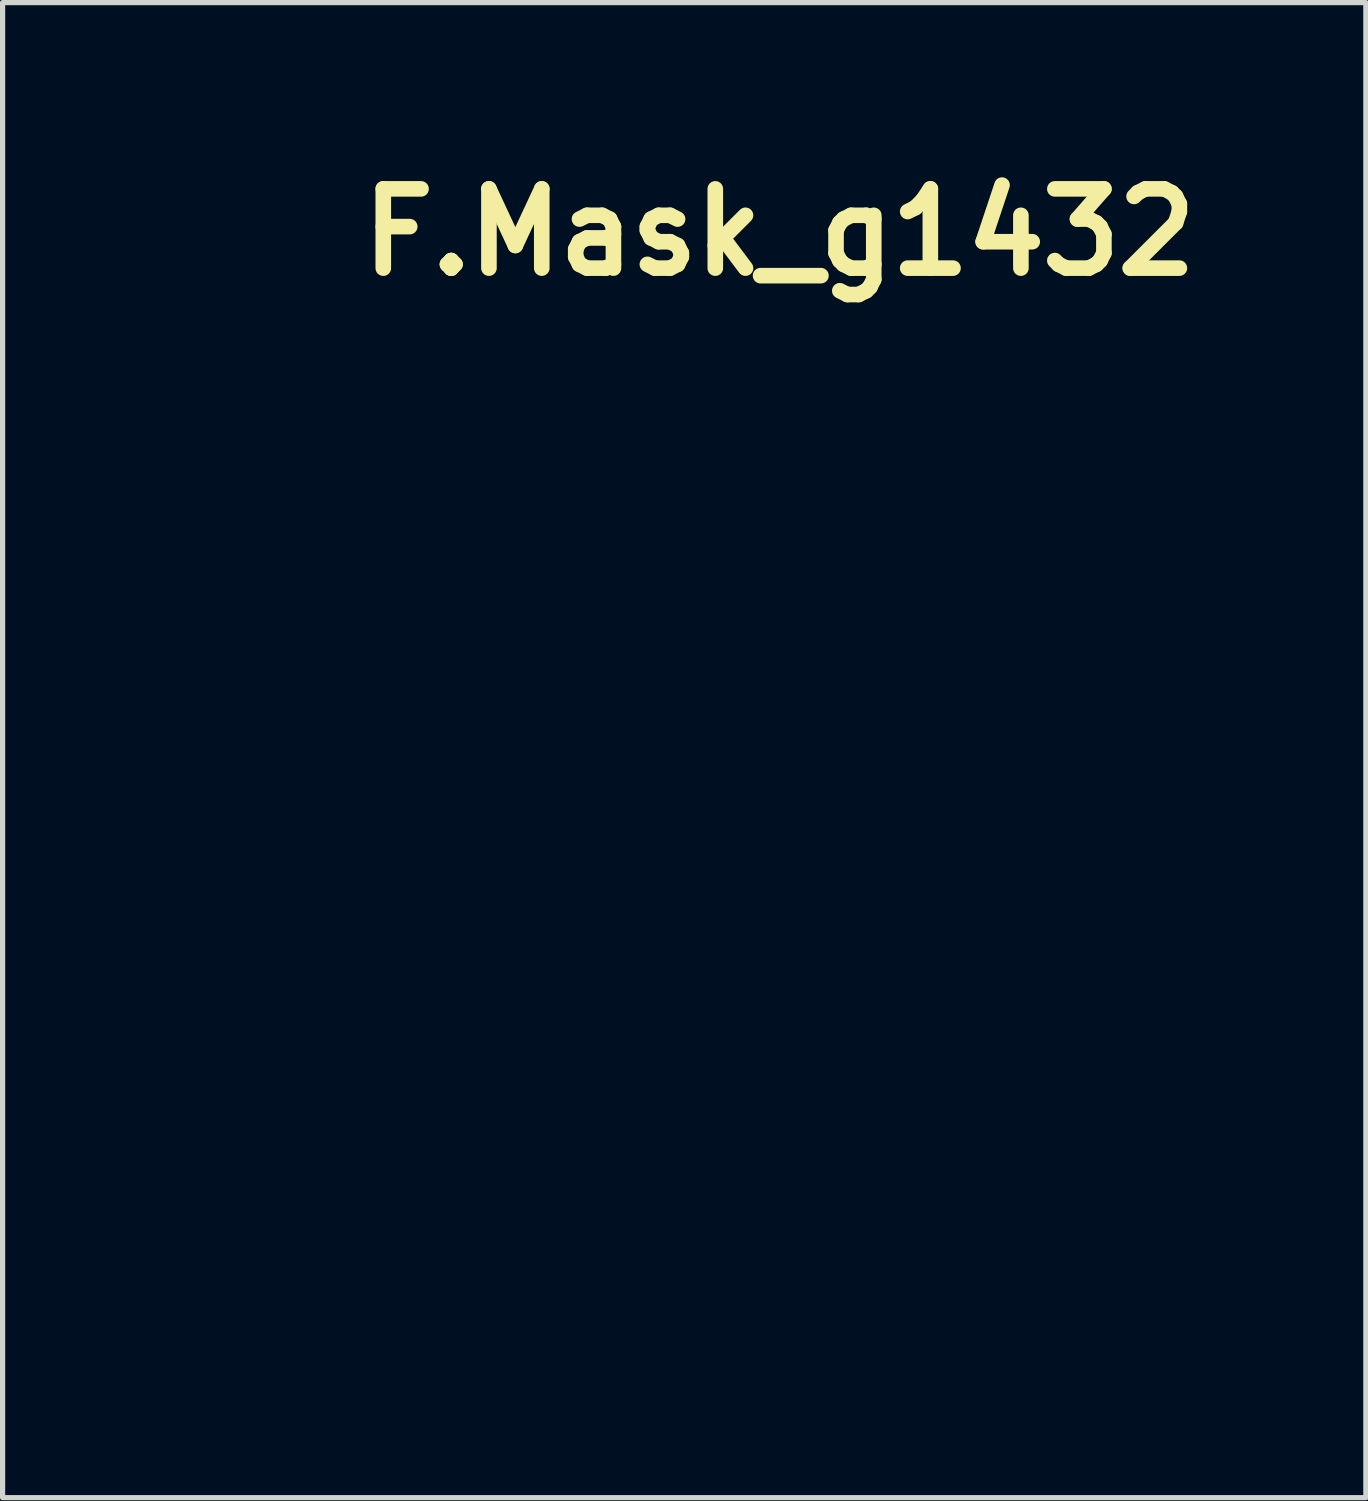
<source format=kicad_pcb>
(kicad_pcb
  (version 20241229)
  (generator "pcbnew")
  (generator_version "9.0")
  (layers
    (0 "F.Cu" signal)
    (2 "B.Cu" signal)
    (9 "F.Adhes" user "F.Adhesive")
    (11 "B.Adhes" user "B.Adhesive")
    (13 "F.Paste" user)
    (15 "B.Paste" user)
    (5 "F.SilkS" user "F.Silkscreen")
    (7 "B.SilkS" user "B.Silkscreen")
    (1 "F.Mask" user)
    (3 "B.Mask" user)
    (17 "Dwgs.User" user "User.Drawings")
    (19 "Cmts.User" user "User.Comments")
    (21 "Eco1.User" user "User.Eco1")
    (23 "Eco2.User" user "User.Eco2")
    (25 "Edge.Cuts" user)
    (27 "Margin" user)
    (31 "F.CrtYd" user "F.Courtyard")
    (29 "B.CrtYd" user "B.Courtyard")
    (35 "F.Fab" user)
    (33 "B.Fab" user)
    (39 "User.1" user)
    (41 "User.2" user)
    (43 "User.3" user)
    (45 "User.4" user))
  (footprint "F.Mask_g1432"
    (layer "F.Cu")
    (at 11.943 1.418)
    (property "Reference" "F.Mask_g1432" (at 0 0 0) (layer "F.SilkS") (effects (font (size 1.524 1.524) (thickness 0.3))))
    (attr through_hole)
    (fp_poly (pts (xy -8.657 21.336) (xy -8.911 21.336) (xy -8.911 21.082) (xy -8.657 21.082) (xy -8.657 21.336)) (stroke (width 0.01) (type solid)) (fill yes) (layer "F.Mask"))
    (fp_poly (pts (xy -5.546 19.939) (xy -6.244 19.939) (xy -6.244 19.886) (xy -6.251 19.848) (xy -6.28 19.834) (xy -6.308 19.833) (xy -6.371 19.833) (xy -6.371 19.346) (xy -6.117 19.346) (xy -6.117 19.812) (xy -5.801 19.812) (xy -5.795 19.584) (xy -5.789 19.357) (xy -5.667 19.351) (xy -5.546 19.344) (xy -5.546 19.939)) (stroke (width 0.01) (type solid)) (fill yes) (layer "F.Mask"))
    (fp_poly (pts (xy -9.483 21.188) (xy -9.25 21.188) (xy -9.25 21.336) (xy -9.972 21.336) (xy -9.966 21.267) (xy -9.959 21.227) (xy -9.943 21.206) (xy -9.906 21.196) (xy -9.848 21.192) (xy -9.737 21.186) (xy -9.737 20.743) (xy -9.79 20.743) (xy -9.827 20.736) (xy -9.841 20.707) (xy -9.842 20.68) (xy -9.837 20.634) (xy -9.813 20.618) (xy -9.791 20.616) (xy -9.751 20.607) (xy -9.734 20.57) (xy -9.733 20.558) (xy -9.726 20.525) (xy -9.708 20.507) (xy -9.669 20.498) (xy -9.604 20.494) (xy -9.483 20.487) (xy -9.483 21.188)) (stroke (width 0.01) (type solid)) (fill yes) (layer "F.Mask"))
    (fp_poly (pts (xy -9.483 19.346) (xy -9.366 19.346) (xy -9.3 19.347) (xy -9.265 19.354) (xy -9.252 19.373) (xy -9.25 19.409) (xy -9.25 19.41) (xy -9.252 19.446) (xy -9.265 19.465) (xy -9.299 19.472) (xy -9.364 19.473) (xy -9.483 19.473) (xy -9.483 19.939) (xy -9.737 19.939) (xy -9.737 19.473) (xy -9.853 19.473) (xy -9.92 19.472) (xy -9.954 19.465) (xy -9.967 19.447) (xy -9.97 19.411) (xy -9.97 19.41) (xy -9.968 19.374) (xy -9.955 19.355) (xy -9.921 19.347) (xy -9.855 19.346) (xy -9.737 19.346) (xy -9.737 19.113) (xy -9.483 19.113) (xy -9.483 19.346)) (stroke (width 0.01) (type solid)) (fill yes) (layer "F.Mask"))
    (fp_poly (pts (xy -2.053 19.346) (xy -1.937 19.346) (xy -1.87 19.347) (xy -1.836 19.354) (xy -1.822 19.373) (xy -1.82 19.409) (xy -1.82 19.41) (xy -1.822 19.446) (xy -1.835 19.465) (xy -1.869 19.472) (xy -1.935 19.473) (xy -2.053 19.473) (xy -2.053 19.939) (xy -2.307 19.939) (xy -2.307 19.473) (xy -2.424 19.473) (xy -2.49 19.472) (xy -2.525 19.465) (xy -2.538 19.447) (xy -2.54 19.411) (xy -2.54 19.41) (xy -2.538 19.374) (xy -2.525 19.355) (xy -2.491 19.347) (xy -2.425 19.346) (xy -2.307 19.346) (xy -2.307 19.113) (xy -2.053 19.113) (xy -2.053 19.346)) (stroke (width 0.01) (type solid)) (fill yes) (layer "F.Mask"))
    (fp_poly (pts (xy -11.218 19.165) (xy -11.209 19.205) (xy -11.172 19.222) (xy -11.16 19.223) (xy -11.127 19.23) (xy -11.109 19.248) (xy -11.1 19.287) (xy -11.096 19.352) (xy -11.089 19.473) (xy -11.154 19.473) (xy -11.2 19.479) (xy -11.217 19.502) (xy -11.218 19.526) (xy -11.211 19.564) (xy -11.182 19.578) (xy -11.155 19.579) (xy -11.12 19.581) (xy -11.101 19.592) (xy -11.093 19.624) (xy -11.091 19.686) (xy -11.091 19.706) (xy -11.092 19.776) (xy -11.098 19.814) (xy -11.114 19.83) (xy -11.145 19.833) (xy -11.155 19.833) (xy -11.2 19.839) (xy -11.217 19.863) (xy -11.218 19.886) (xy -11.218 19.939) (xy -11.938 19.939) (xy -11.938 19.6) (xy -11.684 19.6) (xy -11.684 19.812) (xy -11.345 19.812) (xy -11.345 19.6) (xy -11.684 19.6) (xy -11.938 19.6) (xy -11.938 19.241) (xy -11.684 19.241) (xy -11.684 19.452) (xy -11.345 19.452) (xy -11.345 19.241) (xy -11.684 19.241) (xy -11.938 19.241) (xy -11.938 19.113) (xy -11.218 19.113) (xy -11.218 19.165)) (stroke (width 0.01) (type solid)) (fill yes) (layer "F.Mask"))
    (fp_poly (pts (xy -10.181 20.912) (xy -10.182 21.002) (xy -10.184 21.058) (xy -10.192 21.089) (xy -10.206 21.101) (xy -10.229 21.103) (xy -10.234 21.103) (xy -10.274 21.112) (xy -10.287 21.146) (xy -10.287 21.156) (xy -10.294 21.194) (xy -10.323 21.208) (xy -10.351 21.209) (xy -10.395 21.214) (xy -10.412 21.239) (xy -10.414 21.273) (xy -10.416 21.309) (xy -10.429 21.328) (xy -10.463 21.335) (xy -10.529 21.336) (xy -10.53 21.336) (xy -10.597 21.335) (xy -10.632 21.328) (xy -10.645 21.309) (xy -10.647 21.273) (xy -10.647 21.273) (xy -10.652 21.228) (xy -10.677 21.211) (xy -10.71 21.209) (xy -10.756 21.203) (xy -10.772 21.179) (xy -10.774 21.156) (xy -10.783 21.116) (xy -10.817 21.103) (xy -10.827 21.103) (xy -10.852 21.102) (xy -10.867 21.092) (xy -10.876 21.065) (xy -10.879 21.014) (xy -10.88 20.929) (xy -10.88 20.913) (xy -10.88 20.722) (xy -10.647 20.722) (xy -10.647 21.082) (xy -10.437 21.082) (xy -10.425 20.733) (xy -10.303 20.726) (xy -10.181 20.72) (xy -10.181 20.912)) (stroke (width 0.01) (type solid)) (fill yes) (layer "F.Mask"))
    (fp_poly (pts (xy -3.683 19.939) (xy -3.736 19.939) (xy -3.774 19.946) (xy -3.788 19.975) (xy -3.789 20.003) (xy -3.789 20.066) (xy -4.403 20.066) (xy -4.403 19.918) (xy -4.17 19.918) (xy -4.068 19.917) (xy -4.001 19.915) (xy -3.962 19.909) (xy -3.943 19.899) (xy -3.937 19.883) (xy -3.937 19.875) (xy -3.94 19.857) (xy -3.953 19.845) (xy -3.983 19.838) (xy -4.038 19.834) (xy -4.126 19.833) (xy -4.17 19.833) (xy -4.403 19.833) (xy -4.403 19.77) (xy -4.408 19.724) (xy -4.433 19.708) (xy -4.456 19.706) (xy -4.485 19.703) (xy -4.501 19.689) (xy -4.507 19.652) (xy -4.508 19.584) (xy -4.508 19.579) (xy -4.507 19.509) (xy -4.502 19.473) (xy -4.255 19.473) (xy -4.255 19.685) (xy -3.937 19.685) (xy -3.937 19.473) (xy -4.255 19.473) (xy -4.502 19.473) (xy -4.501 19.471) (xy -4.486 19.455) (xy -4.457 19.452) (xy -4.456 19.452) (xy -4.415 19.443) (xy -4.403 19.409) (xy -4.403 19.399) (xy -4.403 19.346) (xy -3.683 19.346) (xy -3.683 19.939)) (stroke (width 0.01) (type solid)) (fill yes) (layer "F.Mask"))
    (fp_poly (pts (xy -4.614 19.939) (xy -4.667 19.939) (xy -4.705 19.946) (xy -4.719 19.975) (xy -4.72 20.003) (xy -4.72 20.066) (xy -5.337 20.066) (xy -5.33 19.997) (xy -5.323 19.928) (xy -5.096 19.922) (xy -4.995 19.919) (xy -4.929 19.915) (xy -4.891 19.908) (xy -4.873 19.897) (xy -4.868 19.88) (xy -4.868 19.875) (xy -4.871 19.857) (xy -4.885 19.845) (xy -4.916 19.838) (xy -4.972 19.834) (xy -5.061 19.833) (xy -5.101 19.833) (xy -5.334 19.833) (xy -5.334 19.77) (xy -5.34 19.724) (xy -5.364 19.708) (xy -5.387 19.706) (xy -5.416 19.703) (xy -5.432 19.689) (xy -5.439 19.652) (xy -5.44 19.584) (xy -5.44 19.579) (xy -5.439 19.509) (xy -5.433 19.473) (xy -5.186 19.473) (xy -5.186 19.685) (xy -4.868 19.685) (xy -4.868 19.473) (xy -5.186 19.473) (xy -5.433 19.473) (xy -5.433 19.471) (xy -5.417 19.455) (xy -5.389 19.452) (xy -5.387 19.452) (xy -5.347 19.443) (xy -5.334 19.409) (xy -5.334 19.399) (xy -5.334 19.346) (xy -4.614 19.346) (xy -4.614 19.939)) (stroke (width 0.01) (type solid)) (fill yes) (layer "F.Mask"))
    (fp_poly (pts (xy -10.287 19.399) (xy -10.278 19.44) (xy -10.244 19.452) (xy -10.234 19.452) (xy -10.205 19.455) (xy -10.189 19.47) (xy -10.182 19.506) (xy -10.181 19.575) (xy -10.181 19.579) (xy -10.181 19.706) (xy -10.753 19.706) (xy -10.753 19.812) (xy -10.287 19.812) (xy -10.287 19.939) (xy -10.88 19.939) (xy -10.88 19.886) (xy -10.887 19.848) (xy -10.916 19.834) (xy -10.943 19.833) (xy -11.007 19.833) (xy -11.007 19.526) (xy -10.753 19.526) (xy -10.751 19.553) (xy -10.739 19.569) (xy -10.708 19.577) (xy -10.65 19.579) (xy -10.594 19.579) (xy -10.513 19.579) (xy -10.466 19.575) (xy -10.443 19.564) (xy -10.436 19.545) (xy -10.435 19.526) (xy -10.437 19.499) (xy -10.449 19.484) (xy -10.48 19.476) (xy -10.538 19.474) (xy -10.594 19.473) (xy -10.675 19.474) (xy -10.722 19.478) (xy -10.745 19.488) (xy -10.752 19.508) (xy -10.753 19.526) (xy -11.007 19.526) (xy -11.007 19.452) (xy -10.943 19.452) (xy -10.898 19.446) (xy -10.881 19.422) (xy -10.88 19.399) (xy -10.88 19.346) (xy -10.287 19.346) (xy -10.287 19.399)) (stroke (width 0.01) (type solid)) (fill yes) (layer "F.Mask"))
    (fp_poly (pts (xy -7.105 19.115) (xy -7.067 19.121) (xy -7.052 19.136) (xy -7.048 19.164) (xy -7.048 19.165) (xy -7.039 19.205) (xy -7.002 19.222) (xy -6.99 19.223) (xy -6.945 19.238) (xy -6.927 19.278) (xy -6.925 19.288) (xy -6.912 19.332) (xy -6.877 19.346) (xy -6.867 19.346) (xy -6.828 19.355) (xy -6.816 19.391) (xy -6.816 19.399) (xy -6.807 19.44) (xy -6.773 19.452) (xy -6.763 19.452) (xy -6.737 19.45) (xy -6.721 19.439) (xy -6.713 19.41) (xy -6.71 19.354) (xy -6.71 19.283) (xy -6.71 19.113) (xy -6.456 19.113) (xy -6.456 19.939) (xy -6.71 19.939) (xy -6.71 19.823) (xy -6.711 19.756) (xy -6.718 19.721) (xy -6.736 19.708) (xy -6.772 19.706) (xy -6.773 19.706) (xy -6.819 19.7) (xy -6.835 19.676) (xy -6.837 19.653) (xy -6.846 19.613) (xy -6.88 19.601) (xy -6.89 19.6) (xy -6.928 19.593) (xy -6.941 19.564) (xy -6.943 19.537) (xy -6.948 19.491) (xy -6.973 19.475) (xy -6.996 19.473) (xy -7.048 19.473) (xy -7.048 19.939) (xy -7.303 19.939) (xy -7.303 19.113) (xy -7.176 19.113) (xy -7.105 19.115)) (stroke (width 0.01) (type solid)) (fill yes) (layer "F.Mask"))
    (fp_poly (pts (xy -8.737 19.351) (xy -8.618 19.354) (xy -8.535 19.357) (xy -8.482 19.361) (xy -8.451 19.369) (xy -8.435 19.38) (xy -8.429 19.397) (xy -8.428 19.405) (xy -8.409 19.443) (xy -8.37 19.452) (xy -8.319 19.452) (xy -8.319 19.939) (xy -9.038 19.939) (xy -9.038 19.886) (xy -9.047 19.846) (xy -9.081 19.833) (xy -9.091 19.833) (xy -9.127 19.828) (xy -9.142 19.803) (xy -9.144 19.759) (xy -8.89 19.759) (xy -8.888 19.786) (xy -8.876 19.802) (xy -8.845 19.809) (xy -8.787 19.812) (xy -8.731 19.812) (xy -8.651 19.811) (xy -8.603 19.807) (xy -8.58 19.797) (xy -8.573 19.778) (xy -8.572 19.759) (xy -8.574 19.732) (xy -8.586 19.716) (xy -8.617 19.709) (xy -8.675 19.706) (xy -8.731 19.706) (xy -8.812 19.707) (xy -8.859 19.711) (xy -8.882 19.721) (xy -8.889 19.74) (xy -8.89 19.759) (xy -9.144 19.759) (xy -9.14 19.709) (xy -9.122 19.688) (xy -9.091 19.685) (xy -9.051 19.676) (xy -9.038 19.642) (xy -9.038 19.632) (xy -9.038 19.579) (xy -8.572 19.579) (xy -8.572 19.473) (xy -9.038 19.473) (xy -9.038 19.345) (xy -8.737 19.351)) (stroke (width 0.01) (type solid)) (fill yes) (layer "F.Mask"))
    (fp_poly (pts (xy -2.879 19.399) (xy -2.872 19.437) (xy -2.843 19.451) (xy -2.815 19.452) (xy -2.78 19.454) (xy -2.761 19.465) (xy -2.753 19.497) (xy -2.752 19.559) (xy -2.752 19.579) (xy -2.752 19.706) (xy -3.344 19.706) (xy -3.344 19.812) (xy -2.879 19.812) (xy -2.879 19.939) (xy -3.471 19.939) (xy -3.471 19.886) (xy -3.48 19.846) (xy -3.514 19.833) (xy -3.524 19.833) (xy -3.549 19.832) (xy -3.565 19.822) (xy -3.573 19.795) (xy -3.577 19.744) (xy -3.577 19.659) (xy -3.577 19.643) (xy -3.577 19.552) (xy -3.575 19.526) (xy -3.344 19.526) (xy -3.343 19.552) (xy -3.331 19.568) (xy -3.302 19.576) (xy -3.246 19.579) (xy -3.175 19.579) (xy -3.091 19.579) (xy -3.041 19.575) (xy -3.016 19.566) (xy -3.007 19.549) (xy -3.006 19.526) (xy -3.007 19.5) (xy -3.019 19.484) (xy -3.048 19.476) (xy -3.104 19.474) (xy -3.175 19.473) (xy -3.259 19.474) (xy -3.309 19.477) (xy -3.334 19.487) (xy -3.343 19.504) (xy -3.344 19.526) (xy -3.575 19.526) (xy -3.574 19.496) (xy -3.567 19.467) (xy -3.552 19.454) (xy -3.529 19.452) (xy -3.524 19.452) (xy -3.484 19.443) (xy -3.472 19.409) (xy -3.471 19.399) (xy -3.471 19.346) (xy -2.879 19.346) (xy -2.879 19.399)) (stroke (width 0.01) (type solid)) (fill yes) (layer "F.Mask"))
    (fp_poly (pts (xy -7.624 20.558) (xy -7.61 20.602) (xy -7.576 20.616) (xy -7.566 20.616) (xy -7.526 20.625) (xy -7.514 20.661) (xy -7.514 20.669) (xy -7.507 20.707) (xy -7.478 20.721) (xy -7.451 20.722) (xy -7.387 20.722) (xy -7.387 21.103) (xy -7.451 21.103) (xy -7.496 21.109) (xy -7.513 21.133) (xy -7.514 21.156) (xy -7.523 21.196) (xy -7.557 21.209) (xy -7.567 21.209) (xy -7.605 21.216) (xy -7.619 21.245) (xy -7.62 21.273) (xy -7.62 21.336) (xy -8.001 21.336) (xy -8.001 21.273) (xy -8.007 21.227) (xy -8.031 21.211) (xy -8.054 21.209) (xy -8.094 21.2) (xy -8.107 21.166) (xy -8.107 21.157) (xy -8.117 21.118) (xy -8.154 21.101) (xy -8.165 21.099) (xy -8.223 21.093) (xy -8.223 20.733) (xy -8.165 20.726) (xy -8.121 20.712) (xy -8.107 20.678) (xy -8.107 20.668) (xy -8.1 20.637) (xy -7.98 20.637) (xy -7.98 21.082) (xy -7.916 21.082) (xy -7.871 21.088) (xy -7.854 21.112) (xy -7.853 21.135) (xy -7.849 21.166) (xy -7.832 21.182) (xy -7.789 21.187) (xy -7.747 21.188) (xy -7.641 21.188) (xy -7.641 20.743) (xy -7.705 20.743) (xy -7.75 20.738) (xy -7.767 20.713) (xy -7.768 20.69) (xy -7.772 20.659) (xy -7.789 20.643) (xy -7.832 20.638) (xy -7.874 20.637) (xy -7.98 20.637) (xy -8.1 20.637) (xy -8.097 20.628) (xy -8.061 20.616) (xy -8.055 20.616) (xy -8.015 20.607) (xy -7.999 20.57) (xy -7.997 20.558) (xy -7.99 20.5) (xy -7.631 20.5) (xy -7.624 20.558)) (stroke (width 0.01) (type solid)) (fill yes) (layer "F.Mask"))
    (fp_poly (pts (xy -5.331 20.495) (xy -5.315 20.519) (xy -5.313 20.553) (xy -5.308 20.598) (xy -5.283 20.614) (xy -5.249 20.616) (xy -5.204 20.622) (xy -5.187 20.646) (xy -5.186 20.669) (xy -5.177 20.71) (xy -5.143 20.722) (xy -5.133 20.722) (xy -5.095 20.729) (xy -5.081 20.758) (xy -5.08 20.786) (xy -5.075 20.831) (xy -5.05 20.847) (xy -5.016 20.849) (xy -4.971 20.855) (xy -4.955 20.879) (xy -4.953 20.902) (xy -4.944 20.942) (xy -4.91 20.955) (xy -4.9 20.955) (xy -4.862 20.962) (xy -4.848 20.991) (xy -4.847 21.018) (xy -4.842 21.063) (xy -4.817 21.08) (xy -4.784 21.082) (xy -4.738 21.088) (xy -4.722 21.112) (xy -4.72 21.135) (xy -4.711 21.175) (xy -4.677 21.188) (xy -4.667 21.188) (xy -4.631 21.193) (xy -4.617 21.218) (xy -4.614 21.262) (xy -4.618 21.312) (xy -4.636 21.332) (xy -4.678 21.336) (xy -4.723 21.331) (xy -4.739 21.306) (xy -4.741 21.273) (xy -4.747 21.228) (xy -4.771 21.211) (xy -4.805 21.209) (xy -4.85 21.203) (xy -4.867 21.179) (xy -4.868 21.156) (xy -4.877 21.116) (xy -4.911 21.103) (xy -4.921 21.103) (xy -4.959 21.096) (xy -4.973 21.067) (xy -4.974 21.04) (xy -4.979 20.995) (xy -5.004 20.978) (xy -5.038 20.976) (xy -5.083 20.97) (xy -5.1 20.946) (xy -5.101 20.923) (xy -5.11 20.883) (xy -5.144 20.871) (xy -5.154 20.87) (xy -5.192 20.863) (xy -5.206 20.834) (xy -5.207 20.807) (xy -5.212 20.762) (xy -5.237 20.745) (xy -5.271 20.743) (xy -5.316 20.738) (xy -5.332 20.713) (xy -5.334 20.69) (xy -5.343 20.65) (xy -5.377 20.638) (xy -5.387 20.637) (xy -5.423 20.632) (xy -5.437 20.607) (xy -5.44 20.563) (xy -5.436 20.514) (xy -5.418 20.493) (xy -5.376 20.489) (xy -5.331 20.495)) (stroke (width 0.01) (type solid)) (fill yes) (layer "F.Mask"))
    (fp_poly (pts (xy -4.4 20.495) (xy -4.383 20.519) (xy -4.381 20.553) (xy -4.376 20.598) (xy -4.352 20.614) (xy -4.318 20.616) (xy -4.273 20.622) (xy -4.256 20.646) (xy -4.255 20.669) (xy -4.246 20.71) (xy -4.211 20.722) (xy -4.202 20.722) (xy -4.164 20.729) (xy -4.15 20.758) (xy -4.149 20.786) (xy -4.143 20.831) (xy -4.119 20.847) (xy -4.085 20.849) (xy -4.04 20.855) (xy -4.023 20.879) (xy -4.022 20.902) (xy -4.013 20.942) (xy -3.979 20.955) (xy -3.969 20.955) (xy -3.931 20.962) (xy -3.917 20.991) (xy -3.916 21.018) (xy -3.911 21.063) (xy -3.886 21.08) (xy -3.852 21.082) (xy -3.807 21.088) (xy -3.79 21.112) (xy -3.789 21.135) (xy -3.78 21.175) (xy -3.746 21.188) (xy -3.736 21.188) (xy -3.7 21.193) (xy -3.685 21.218) (xy -3.683 21.262) (xy -3.687 21.312) (xy -3.704 21.332) (xy -3.747 21.336) (xy -3.791 21.331) (xy -3.808 21.306) (xy -3.81 21.273) (xy -3.815 21.228) (xy -3.84 21.211) (xy -3.873 21.209) (xy -3.919 21.203) (xy -3.935 21.179) (xy -3.937 21.156) (xy -3.946 21.116) (xy -3.98 21.103) (xy -3.99 21.103) (xy -4.028 21.096) (xy -4.042 21.067) (xy -4.043 21.04) (xy -4.048 20.995) (xy -4.073 20.978) (xy -4.106 20.976) (xy -4.152 20.97) (xy -4.168 20.946) (xy -4.17 20.923) (xy -4.179 20.883) (xy -4.213 20.871) (xy -4.223 20.87) (xy -4.261 20.863) (xy -4.274 20.834) (xy -4.276 20.807) (xy -4.281 20.762) (xy -4.306 20.745) (xy -4.339 20.743) (xy -4.385 20.738) (xy -4.401 20.713) (xy -4.403 20.69) (xy -4.411 20.65) (xy -4.446 20.638) (xy -4.456 20.637) (xy -4.491 20.632) (xy -4.506 20.607) (xy -4.508 20.563) (xy -4.505 20.514) (xy -4.487 20.493) (xy -4.445 20.489) (xy -4.4 20.495)) (stroke (width 0.01) (type solid)) (fill yes) (layer "F.Mask"))
    (fp_poly (pts (xy -1.615 20.506) (xy -1.596 20.534) (xy -1.591 20.558) (xy -1.578 20.602) (xy -1.543 20.616) (xy -1.533 20.616) (xy -1.494 20.626) (xy -1.482 20.662) (xy -1.482 20.668) (xy -1.472 20.708) (xy -1.435 20.724) (xy -1.423 20.726) (xy -1.378 20.741) (xy -1.36 20.781) (xy -1.359 20.791) (xy -1.345 20.835) (xy -1.31 20.849) (xy -1.3 20.849) (xy -1.261 20.858) (xy -1.249 20.894) (xy -1.249 20.902) (xy -1.24 20.942) (xy -1.206 20.955) (xy -1.196 20.955) (xy -1.158 20.962) (xy -1.144 20.991) (xy -1.143 21.018) (xy -1.138 21.063) (xy -1.113 21.08) (xy -1.079 21.082) (xy -1.034 21.088) (xy -1.018 21.112) (xy -1.016 21.135) (xy -1.007 21.175) (xy -0.973 21.188) (xy -0.963 21.188) (xy -0.927 21.193) (xy -0.913 21.218) (xy -0.91 21.262) (xy -0.914 21.312) (xy -0.932 21.332) (xy -0.974 21.336) (xy -1.019 21.331) (xy -1.035 21.306) (xy -1.037 21.273) (xy -1.043 21.227) (xy -1.067 21.211) (xy -1.09 21.209) (xy -1.13 21.2) (xy -1.143 21.166) (xy -1.143 21.156) (xy -1.15 21.118) (xy -1.179 21.104) (xy -1.206 21.103) (xy -1.251 21.098) (xy -1.268 21.073) (xy -1.27 21.04) (xy -1.276 20.994) (xy -1.3 20.978) (xy -1.323 20.976) (xy -1.363 20.967) (xy -1.376 20.933) (xy -1.376 20.923) (xy -1.383 20.885) (xy -1.412 20.872) (xy -1.439 20.87) (xy -1.484 20.865) (xy -1.501 20.84) (xy -1.503 20.807) (xy -1.509 20.761) (xy -1.533 20.745) (xy -1.556 20.743) (xy -1.596 20.735) (xy -1.608 20.7) (xy -1.609 20.69) (xy -1.615 20.653) (xy -1.644 20.639) (xy -1.674 20.637) (xy -1.718 20.634) (xy -1.733 20.613) (xy -1.732 20.569) (xy -1.722 20.521) (xy -1.697 20.503) (xy -1.662 20.5) (xy -1.615 20.506)) (stroke (width 0.01) (type solid)) (fill yes) (layer "F.Mask"))
    (fp_poly (pts (xy -3.469 20.495) (xy -3.452 20.519) (xy -3.45 20.553) (xy -3.444 20.598) (xy -3.42 20.615) (xy -3.397 20.616) (xy -3.357 20.625) (xy -3.345 20.659) (xy -3.344 20.669) (xy -3.337 20.707) (xy -3.308 20.721) (xy -3.281 20.722) (xy -3.236 20.727) (xy -3.219 20.752) (xy -3.217 20.786) (xy -3.212 20.831) (xy -3.187 20.848) (xy -3.164 20.849) (xy -3.124 20.858) (xy -3.112 20.892) (xy -3.111 20.902) (xy -3.105 20.94) (xy -3.076 20.954) (xy -3.048 20.955) (xy -3.003 20.96) (xy -2.986 20.985) (xy -2.985 21.018) (xy -2.979 21.064) (xy -2.955 21.08) (xy -2.932 21.082) (xy -2.891 21.091) (xy -2.879 21.125) (xy -2.879 21.135) (xy -2.872 21.173) (xy -2.843 21.187) (xy -2.815 21.188) (xy -2.773 21.192) (xy -2.755 21.213) (xy -2.752 21.262) (xy -2.755 21.312) (xy -2.773 21.332) (xy -2.82 21.336) (xy -2.826 21.336) (xy -2.876 21.332) (xy -2.896 21.315) (xy -2.9 21.273) (xy -2.906 21.227) (xy -2.93 21.211) (xy -2.953 21.209) (xy -2.993 21.2) (xy -3.005 21.166) (xy -3.006 21.156) (xy -3.013 21.118) (xy -3.042 21.104) (xy -3.069 21.103) (xy -3.114 21.098) (xy -3.131 21.073) (xy -3.133 21.04) (xy -3.138 20.994) (xy -3.163 20.978) (xy -3.186 20.976) (xy -3.226 20.967) (xy -3.238 20.933) (xy -3.239 20.925) (xy -3.248 20.885) (xy -3.285 20.868) (xy -3.297 20.866) (xy -3.342 20.851) (xy -3.36 20.811) (xy -3.362 20.802) (xy -3.375 20.758) (xy -3.41 20.744) (xy -3.42 20.743) (xy -3.459 20.734) (xy -3.471 20.699) (xy -3.471 20.69) (xy -3.48 20.65) (xy -3.514 20.638) (xy -3.524 20.637) (xy -3.56 20.632) (xy -3.575 20.607) (xy -3.577 20.563) (xy -3.574 20.514) (xy -3.556 20.493) (xy -3.514 20.489) (xy -3.469 20.495)) (stroke (width 0.01) (type solid)) (fill yes) (layer "F.Mask"))
    (fp_poly (pts (xy -6.302 20.493) (xy -6.253 20.504) (xy -6.232 20.532) (xy -6.227 20.558) (xy -6.213 20.602) (xy -6.179 20.616) (xy -6.169 20.616) (xy -6.129 20.626) (xy -6.117 20.662) (xy -6.117 20.668) (xy -6.107 20.708) (xy -6.07 20.724) (xy -6.059 20.726) (xy -6.014 20.741) (xy -5.995 20.781) (xy -5.994 20.791) (xy -5.98 20.835) (xy -5.946 20.849) (xy -5.936 20.849) (xy -5.897 20.858) (xy -5.885 20.894) (xy -5.884 20.902) (xy -5.876 20.942) (xy -5.841 20.955) (xy -5.831 20.955) (xy -5.794 20.962) (xy -5.78 20.991) (xy -5.779 21.018) (xy -5.773 21.063) (xy -5.749 21.08) (xy -5.715 21.082) (xy -5.67 21.088) (xy -5.653 21.112) (xy -5.652 21.135) (xy -5.643 21.175) (xy -5.608 21.188) (xy -5.599 21.188) (xy -5.563 21.193) (xy -5.548 21.218) (xy -5.546 21.262) (xy -5.549 21.312) (xy -5.567 21.332) (xy -5.609 21.336) (xy -5.654 21.331) (xy -5.671 21.306) (xy -5.673 21.273) (xy -5.678 21.228) (xy -5.703 21.211) (xy -5.736 21.209) (xy -5.782 21.203) (xy -5.798 21.179) (xy -5.8 21.156) (xy -5.808 21.116) (xy -5.843 21.103) (xy -5.853 21.103) (xy -5.89 21.096) (xy -5.904 21.067) (xy -5.905 21.04) (xy -5.911 20.994) (xy -5.935 20.978) (xy -5.958 20.976) (xy -5.999 20.967) (xy -6.011 20.933) (xy -6.011 20.923) (xy -6.018 20.885) (xy -6.047 20.872) (xy -6.075 20.87) (xy -6.12 20.865) (xy -6.136 20.84) (xy -6.138 20.807) (xy -6.144 20.761) (xy -6.168 20.745) (xy -6.191 20.743) (xy -6.232 20.735) (xy -6.244 20.7) (xy -6.244 20.69) (xy -6.251 20.653) (xy -6.28 20.639) (xy -6.308 20.637) (xy -6.35 20.633) (xy -6.368 20.613) (xy -6.371 20.563) (xy -6.371 20.562) (xy -6.368 20.512) (xy -6.352 20.493) (xy -6.311 20.492) (xy -6.302 20.493)) (stroke (width 0.01) (type solid)) (fill yes) (layer "F.Mask"))
    (fp_poly (pts (xy -2.546 20.506) (xy -2.527 20.534) (xy -2.523 20.558) (xy -2.509 20.602) (xy -2.475 20.616) (xy -2.465 20.616) (xy -2.425 20.626) (xy -2.413 20.662) (xy -2.413 20.668) (xy -2.403 20.708) (xy -2.366 20.724) (xy -2.355 20.726) (xy -2.309 20.741) (xy -2.291 20.781) (xy -2.29 20.791) (xy -2.276 20.835) (xy -2.242 20.849) (xy -2.232 20.849) (xy -2.192 20.859) (xy -2.18 20.895) (xy -2.18 20.901) (xy -2.17 20.941) (xy -2.133 20.957) (xy -2.122 20.959) (xy -2.077 20.974) (xy -2.058 21.014) (xy -2.057 21.024) (xy -2.043 21.068) (xy -2.009 21.082) (xy -1.999 21.082) (xy -1.959 21.091) (xy -1.947 21.127) (xy -1.947 21.134) (xy -1.938 21.173) (xy -1.901 21.19) (xy -1.889 21.192) (xy -1.847 21.204) (xy -1.829 21.237) (xy -1.824 21.267) (xy -1.823 21.313) (xy -1.839 21.332) (xy -1.884 21.336) (xy -1.893 21.336) (xy -1.943 21.333) (xy -1.964 21.315) (xy -1.968 21.273) (xy -1.968 21.273) (xy -1.974 21.227) (xy -1.998 21.211) (xy -2.021 21.209) (xy -2.062 21.2) (xy -2.074 21.166) (xy -2.074 21.156) (xy -2.081 21.118) (xy -2.11 21.104) (xy -2.138 21.103) (xy -2.183 21.098) (xy -2.199 21.073) (xy -2.201 21.04) (xy -2.207 20.994) (xy -2.231 20.978) (xy -2.254 20.976) (xy -2.295 20.967) (xy -2.307 20.933) (xy -2.307 20.923) (xy -2.314 20.885) (xy -2.343 20.872) (xy -2.371 20.87) (xy -2.416 20.865) (xy -2.432 20.84) (xy -2.434 20.807) (xy -2.44 20.761) (xy -2.464 20.745) (xy -2.487 20.743) (xy -2.527 20.735) (xy -2.54 20.7) (xy -2.54 20.69) (xy -2.547 20.653) (xy -2.575 20.639) (xy -2.605 20.637) (xy -2.649 20.634) (xy -2.664 20.613) (xy -2.663 20.569) (xy -2.654 20.521) (xy -2.629 20.503) (xy -2.593 20.5) (xy -2.546 20.506)) (stroke (width 0.01) (type solid)) (fill yes) (layer "F.Mask")))
  (gr_rect
    (start -3 -3)
    (end 23.223 25.759)
    (stroke (width 0.1) (type default))
    (fill no)
    (layer "Edge.Cuts")))
</source>
